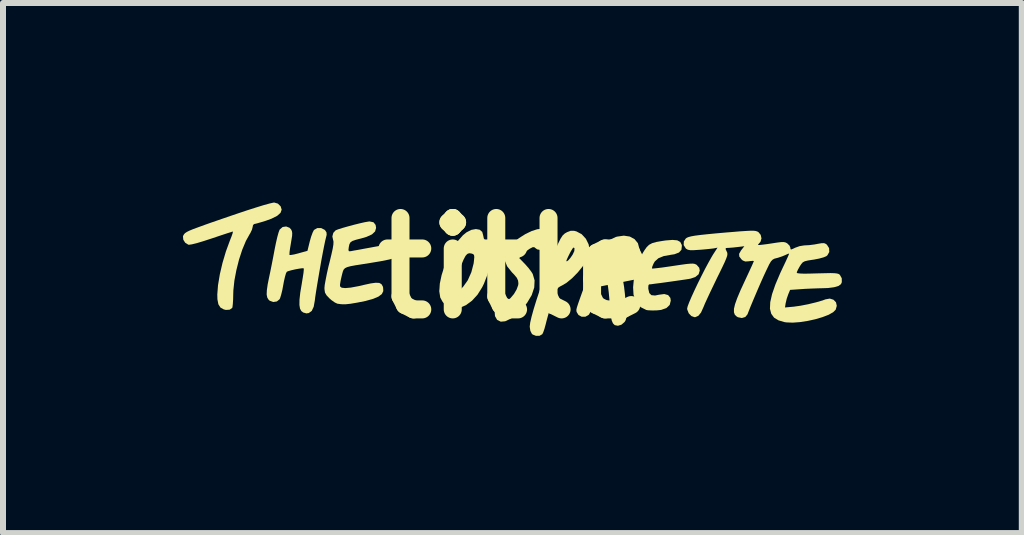
<source format=kicad_pcb>
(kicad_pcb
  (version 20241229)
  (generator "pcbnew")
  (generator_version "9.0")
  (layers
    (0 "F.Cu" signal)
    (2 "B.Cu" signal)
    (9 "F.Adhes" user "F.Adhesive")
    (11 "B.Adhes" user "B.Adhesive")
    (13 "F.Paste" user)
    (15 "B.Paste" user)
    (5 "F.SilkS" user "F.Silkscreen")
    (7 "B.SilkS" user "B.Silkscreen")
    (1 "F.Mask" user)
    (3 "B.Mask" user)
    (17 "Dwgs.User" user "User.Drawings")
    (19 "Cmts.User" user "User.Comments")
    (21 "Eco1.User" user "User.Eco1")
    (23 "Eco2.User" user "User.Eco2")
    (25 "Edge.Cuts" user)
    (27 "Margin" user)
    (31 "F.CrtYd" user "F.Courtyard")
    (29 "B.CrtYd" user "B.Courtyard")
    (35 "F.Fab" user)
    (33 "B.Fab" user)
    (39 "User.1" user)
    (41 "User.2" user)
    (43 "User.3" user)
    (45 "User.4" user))
  (footprint "title"
    (layer "F.Cu")
    (at 5.549 1.418)
    (property "Reference" "title" (at 0 0 0) (layer "F.SilkS") (effects (font (size 1.524 1.524) (thickness 0.3))))
    (attr board_only exclude_from_pos_files exclude_from_bom)
    (fp_poly (pts (xy -0.604 -0.639) (xy -0.561 -0.603) (xy -0.546 -0.548) (xy -0.534 -0.493) (xy -0.511 -0.459) (xy -0.459 -0.39) (xy -0.43 -0.292) (xy -0.423 -0.172) (xy -0.438 -0.035) (xy -0.474 0.111) (xy -0.532 0.26) (xy -0.562 0.321) (xy -0.64 0.445) (xy -0.732 0.545) (xy -0.831 0.618) (xy -0.933 0.662) (xy -1.032 0.673) (xy -1.123 0.651) (xy -1.173 0.619) (xy -1.222 0.562) (xy -1.259 0.495) (xy -1.261 0.489) (xy -1.277 0.386) (xy -1.273 0.339) (xy -1.007 0.339) (xy -1.001 0.385) (xy -0.986 0.399) (xy -0.958 0.384) (xy -0.914 0.347) (xy -0.879 0.312) (xy -0.802 0.204) (xy -0.742 0.069) (xy -0.704 -0.077) (xy -0.699 -0.12) (xy -0.693 -0.184) (xy -0.698 -0.218) (xy -0.716 -0.234) (xy -0.743 -0.243) (xy -0.779 -0.247) (xy -0.81 -0.235) (xy -0.839 -0.203) (xy -0.871 -0.143) (xy -0.91 -0.051) (xy -0.927 -0.01) (xy -0.96 0.086) (xy -0.986 0.181) (xy -1.002 0.269) (xy -1.007 0.339) (xy -1.273 0.339) (xy -1.268 0.26) (xy -1.238 0.118) (xy -1.19 -0.032) (xy -1.127 -0.181) (xy -1.053 -0.322) (xy -0.97 -0.447) (xy -0.882 -0.547) (xy -0.823 -0.595) (xy -0.743 -0.636) (xy -0.667 -0.65)) (stroke (width 0) (type solid)) (fill yes) (layer "F.SilkS"))
    (fp_poly (pts (xy 0.481 -0.635) (xy 0.537 -0.591) (xy 0.563 -0.526) (xy 0.554 -0.447) (xy 0.525 -0.384) (xy 0.474 -0.325) (xy 0.414 -0.3) (xy 0.356 -0.311) (xy 0.336 -0.325) (xy 0.307 -0.347) (xy 0.281 -0.348) (xy 0.24 -0.327) (xy 0.226 -0.319) (xy 0.164 -0.274) (xy 0.108 -0.224) (xy 0.106 -0.221) (xy 0.055 -0.167) (xy 0.151 -0.068) (xy 0.208 -0.004) (xy 0.256 0.059) (xy 0.281 0.099) (xy 0.312 0.206) (xy 0.306 0.324) (xy 0.264 0.451) (xy 0.187 0.58) (xy 0.12 0.662) (xy 0.012 0.77) (xy -0.088 0.845) (xy -0.177 0.887) (xy -0.252 0.894) (xy -0.311 0.865) (xy -0.313 0.863) (xy -0.348 0.802) (xy -0.354 0.731) (xy -0.335 0.662) (xy -0.294 0.604) (xy -0.236 0.571) (xy -0.204 0.567) (xy -0.15 0.549) (xy -0.09 0.501) (xy -0.033 0.434) (xy 0.012 0.358) (xy 0.039 0.284) (xy 0.042 0.253) (xy 0.036 0.207) (xy 0.015 0.162) (xy -0.029 0.109) (xy -0.065 0.072) (xy -0.145 -0.028) (xy -0.185 -0.124) (xy -0.184 -0.22) (xy -0.168 -0.273) (xy -0.121 -0.346) (xy -0.045 -0.423) (xy 0.052 -0.499) (xy 0.158 -0.566) (xy 0.263 -0.617) (xy 0.357 -0.647) (xy 0.398 -0.651)) (stroke (width 0) (type solid)) (fill yes) (layer "F.SilkS"))
    (fp_poly (pts (xy 1.009 -0.611) (xy 1.097 -0.564) (xy 1.167 -0.488) (xy 1.213 -0.394) (xy 1.23 -0.292) (xy 1.221 -0.222) (xy 1.182 -0.133) (xy 1.117 -0.032) (xy 1.034 0.071) (xy 0.941 0.166) (xy 0.847 0.244) (xy 0.774 0.288) (xy 0.735 0.308) (xy 0.706 0.328) (xy 0.683 0.358) (xy 0.661 0.404) (xy 0.635 0.475) (xy 0.604 0.57) (xy 0.569 0.679) (xy 0.536 0.789) (xy 0.51 0.885) (xy 0.496 0.941) (xy 0.476 1.014) (xy 0.455 1.074) (xy 0.44 1.103) (xy 0.395 1.129) (xy 0.335 1.13) (xy 0.28 1.108) (xy 0.266 1.095) (xy 0.241 1.046) (xy 0.231 0.978) (xy 0.231 0.974) (xy 0.239 0.908) (xy 0.262 0.809) (xy 0.297 0.683) (xy 0.342 0.537) (xy 0.395 0.377) (xy 0.455 0.208) (xy 0.518 0.038) (xy 0.58 -0.118) (xy 0.841 -0.118) (xy 0.85 -0.111) (xy 0.876 -0.131) (xy 0.911 -0.172) (xy 0.946 -0.223) (xy 0.974 -0.283) (xy 0.977 -0.329) (xy 0.976 -0.331) (xy 0.964 -0.343) (xy 0.945 -0.326) (xy 0.914 -0.275) (xy 0.902 -0.252) (xy 0.87 -0.188) (xy 0.848 -0.139) (xy 0.841 -0.118) (xy 0.58 -0.118) (xy 0.584 -0.129) (xy 0.65 -0.286) (xy 0.701 -0.401) (xy 0.743 -0.486) (xy 0.778 -0.541) (xy 0.815 -0.576) (xy 0.853 -0.598) (xy 0.914 -0.621) (xy 0.968 -0.621)) (stroke (width 0) (type solid)) (fill yes) (layer "F.SilkS"))
    (fp_poly (pts (xy -3.967 -1.074) (xy -3.921 -1.029) (xy -3.904 -0.973) (xy -3.923 -0.92) (xy -3.979 -0.87) (xy -4.075 -0.822) (xy -4.166 -0.789) (xy -4.247 -0.764) (xy -4.313 -0.745) (xy -4.354 -0.735) (xy -4.36 -0.735) (xy -4.381 -0.717) (xy -4.387 -0.687) (xy -4.399 -0.64) (xy -4.427 -0.581) (xy -4.437 -0.566) (xy -4.5 -0.452) (xy -4.561 -0.306) (xy -4.615 -0.14) (xy -4.659 0.035) (xy -4.692 0.209) (xy -4.709 0.37) (xy -4.711 0.43) (xy -4.713 0.522) (xy -4.718 0.598) (xy -4.724 0.649) (xy -4.728 0.664) (xy -4.77 0.694) (xy -4.834 0.698) (xy -4.87 0.689) (xy -4.925 0.658) (xy -4.959 0.604) (xy -4.975 0.521) (xy -4.977 0.441) (xy -4.965 0.286) (xy -4.935 0.106) (xy -4.89 -0.086) (xy -4.833 -0.278) (xy -4.767 -0.458) (xy -4.739 -0.529) (xy -4.721 -0.582) (xy -4.717 -0.608) (xy -4.718 -0.609) (xy -4.741 -0.602) (xy -4.798 -0.584) (xy -4.88 -0.557) (xy -4.982 -0.523) (xy -5.074 -0.492) (xy -5.209 -0.448) (xy -5.319 -0.415) (xy -5.401 -0.395) (xy -5.45 -0.388) (xy -5.459 -0.389) (xy -5.512 -0.422) (xy -5.544 -0.473) (xy -5.549 -0.527) (xy -5.543 -0.544) (xy -5.53 -0.565) (xy -5.513 -0.583) (xy -5.486 -0.601) (xy -5.444 -0.622) (xy -5.382 -0.648) (xy -5.295 -0.68) (xy -5.177 -0.723) (xy -5.075 -0.759) (xy -4.858 -0.834) (xy -4.659 -0.902) (xy -4.48 -0.962) (xy -4.326 -1.011) (xy -4.2 -1.05) (xy -4.105 -1.076) (xy -4.044 -1.09) (xy -4.028 -1.092)) (stroke (width 0) (type solid)) (fill yes) (layer "F.SilkS"))
    (fp_poly (pts (xy 2.69 -0.462) (xy 2.74 -0.435) (xy 2.764 -0.388) (xy 2.767 -0.371) (xy 2.76 -0.305) (xy 2.719 -0.259) (xy 2.643 -0.23) (xy 2.585 -0.221) (xy 2.463 -0.199) (xy 2.375 -0.163) (xy 2.316 -0.11) (xy 2.295 -0.074) (xy 2.274 -0.025) (xy 2.268 0.005) (xy 2.269 0.008) (xy 2.291 0.008) (xy 2.348 0.002) (xy 2.433 -0.008) (xy 2.538 -0.023) (xy 2.62 -0.035) (xy 2.748 -0.054) (xy 2.841 -0.067) (xy 2.907 -0.073) (xy 2.951 -0.074) (xy 2.981 -0.069) (xy 3.004 -0.059) (xy 3.014 -0.053) (xy 3.056 -0.005) (xy 3.065 0.042) (xy 3.046 0.104) (xy 2.99 0.15) (xy 2.913 0.176) (xy 2.877 0.183) (xy 2.81 0.193) (xy 2.72 0.206) (xy 2.616 0.221) (xy 2.509 0.236) (xy 2.407 0.25) (xy 2.318 0.261) (xy 2.253 0.27) (xy 2.219 0.273) (xy 2.219 0.273) (xy 2.209 0.291) (xy 2.207 0.337) (xy 2.208 0.349) (xy 2.224 0.417) (xy 2.259 0.452) (xy 2.32 0.458) (xy 2.384 0.445) (xy 2.474 0.433) (xy 2.538 0.451) (xy 2.575 0.497) (xy 2.582 0.543) (xy 2.564 0.615) (xy 2.509 0.667) (xy 2.421 0.698) (xy 2.345 0.706) (xy 2.269 0.707) (xy 2.205 0.704) (xy 2.174 0.699) (xy 2.08 0.652) (xy 2.007 0.568) (xy 1.991 0.539) (xy 1.961 0.443) (xy 1.954 0.321) (xy 1.967 0.182) (xy 1.999 0.036) (xy 2.048 -0.11) (xy 2.112 -0.246) (xy 2.141 -0.293) (xy 2.18 -0.348) (xy 2.22 -0.387) (xy 2.272 -0.415) (xy 2.343 -0.435) (xy 2.443 -0.452) (xy 2.497 -0.46) (xy 2.611 -0.469)) (stroke (width 0) (type solid)) (fill yes) (layer "F.SilkS"))
    (fp_poly (pts (xy 1.899 -0.525) (xy 1.979 -0.481) (xy 2.034 -0.414) (xy 2.057 -0.327) (xy 2.057 -0.313) (xy 2.054 -0.264) (xy 2.04 -0.224) (xy 2.009 -0.181) (xy 1.953 -0.125) (xy 1.945 -0.118) (xy 1.883 -0.06) (xy 1.827 -0.01) (xy 1.788 0.02) (xy 1.788 0.021) (xy 1.762 0.042) (xy 1.752 0.065) (xy 1.758 0.103) (xy 1.775 0.157) (xy 1.788 0.218) (xy 1.803 0.309) (xy 1.816 0.419) (xy 1.827 0.536) (xy 1.829 0.554) (xy 1.837 0.671) (xy 1.842 0.754) (xy 1.842 0.81) (xy 1.837 0.848) (xy 1.827 0.875) (xy 1.811 0.9) (xy 1.81 0.901) (xy 1.76 0.944) (xy 1.701 0.962) (xy 1.649 0.952) (xy 1.646 0.95) (xy 1.618 0.922) (xy 1.598 0.875) (xy 1.583 0.804) (xy 1.572 0.702) (xy 1.566 0.619) (xy 1.558 0.511) (xy 1.548 0.406) (xy 1.537 0.319) (xy 1.53 0.279) (xy 1.511 0.204) (xy 1.491 0.161) (xy 1.472 0.153) (xy 1.46 0.172) (xy 1.409 0.316) (xy 1.359 0.45) (xy 1.313 0.57) (xy 1.271 0.668) (xy 1.239 0.74) (xy 1.216 0.778) (xy 1.214 0.78) (xy 1.158 0.812) (xy 1.097 0.812) (xy 1.044 0.783) (xy 1.012 0.731) (xy 1.008 0.698) (xy 1.015 0.664) (xy 1.036 0.598) (xy 1.068 0.507) (xy 1.107 0.398) (xy 1.152 0.278) (xy 1.2 0.154) (xy 1.248 0.033) (xy 1.293 -0.079) (xy 1.333 -0.174) (xy 1.354 -0.219) (xy 1.644 -0.219) (xy 1.648 -0.211) (xy 1.68 -0.223) (xy 1.71 -0.242) (xy 1.733 -0.265) (xy 1.729 -0.273) (xy 1.698 -0.261) (xy 1.668 -0.242) (xy 1.644 -0.219) (xy 1.354 -0.219) (xy 1.365 -0.245) (xy 1.367 -0.248) (xy 1.445 -0.372) (xy 1.543 -0.46) (xy 1.666 -0.518) (xy 1.688 -0.524) (xy 1.8 -0.54)) (stroke (width 0) (type solid)) (fill yes) (layer "F.SilkS"))
    (fp_poly (pts (xy -3.772 -0.671) (xy -3.748 -0.645) (xy -3.734 -0.617) (xy -3.728 -0.584) (xy -3.73 -0.536) (xy -3.742 -0.462) (xy -3.75 -0.413) (xy -3.764 -0.33) (xy -3.773 -0.264) (xy -3.774 -0.225) (xy -3.773 -0.218) (xy -3.748 -0.218) (xy -3.695 -0.227) (xy -3.624 -0.245) (xy -3.618 -0.247) (xy -3.474 -0.287) (xy -3.436 -0.442) (xy -3.413 -0.523) (xy -3.388 -0.591) (xy -3.367 -0.632) (xy -3.365 -0.635) (xy -3.311 -0.666) (xy -3.247 -0.667) (xy -3.189 -0.638) (xy -3.18 -0.63) (xy -3.157 -0.595) (xy -3.154 -0.555) (xy -3.165 -0.509) (xy -3.178 -0.456) (xy -3.196 -0.37) (xy -3.218 -0.258) (xy -3.242 -0.13) (xy -3.266 0.008) (xy -3.29 0.147) (xy -3.312 0.278) (xy -3.331 0.395) (xy -3.345 0.488) (xy -3.351 0.539) (xy -3.37 0.645) (xy -3.403 0.715) (xy -3.452 0.75) (xy -3.492 0.756) (xy -3.545 0.741) (xy -3.576 0.717) (xy -3.598 0.677) (xy -3.608 0.616) (xy -3.607 0.529) (xy -3.594 0.41) (xy -3.568 0.256) (xy -3.568 0.253) (xy -3.552 0.158) (xy -3.54 0.079) (xy -3.535 0.025) (xy -3.536 0.005) (xy -3.56 0.003) (xy -3.612 0.01) (xy -3.678 0.022) (xy -3.743 0.037) (xy -3.796 0.052) (xy -3.818 0.062) (xy -3.832 0.088) (xy -3.849 0.146) (xy -3.867 0.225) (xy -3.876 0.275) (xy -3.893 0.366) (xy -3.913 0.447) (xy -3.931 0.504) (xy -3.939 0.52) (xy -3.984 0.557) (xy -4.044 0.566) (xy -4.103 0.545) (xy -4.122 0.528) (xy -4.144 0.492) (xy -4.154 0.442) (xy -4.151 0.37) (xy -4.137 0.271) (xy -4.115 0.162) (xy -4.094 0.063) (xy -4.069 -0.061) (xy -4.043 -0.194) (xy -4.021 -0.312) (xy -3.999 -0.42) (xy -3.977 -0.516) (xy -3.956 -0.592) (xy -3.939 -0.638) (xy -3.936 -0.642) (xy -3.888 -0.684) (xy -3.829 -0.693)) (stroke (width 0) (type solid)) (fill yes) (layer "F.SilkS"))
    (fp_poly (pts (xy -2.373 -0.763) (xy -2.338 -0.719) (xy -2.33 -0.669) (xy -2.347 -0.61) (xy -2.399 -0.561) (xy -2.489 -0.52) (xy -2.577 -0.494) (xy -2.667 -0.471) (xy -2.725 -0.451) (xy -2.758 -0.428) (xy -2.775 -0.396) (xy -2.785 -0.35) (xy -2.785 -0.35) (xy -2.791 -0.3) (xy -2.782 -0.28) (xy -2.751 -0.281) (xy -2.737 -0.284) (xy -2.695 -0.292) (xy -2.62 -0.305) (xy -2.524 -0.323) (xy -2.414 -0.343) (xy -2.383 -0.349) (xy -2.237 -0.375) (xy -2.127 -0.395) (xy -2.046 -0.407) (xy -1.989 -0.414) (xy -1.95 -0.416) (xy -1.923 -0.413) (xy -1.902 -0.406) (xy -1.892 -0.4) (xy -1.857 -0.361) (xy -1.848 -0.304) (xy -1.865 -0.248) (xy -1.884 -0.226) (xy -1.93 -0.197) (xy -2.006 -0.169) (xy -2.113 -0.142) (xy -2.257 -0.113) (xy -2.426 -0.085) (xy -2.571 -0.062) (xy -2.68 -0.045) (xy -2.759 -0.03) (xy -2.813 -0.015) (xy -2.848 0.002) (xy -2.87 0.025) (xy -2.883 0.054) (xy -2.894 0.094) (xy -2.904 0.134) (xy -2.921 0.209) (xy -2.931 0.271) (xy -2.931 0.306) (xy -2.93 0.306) (xy -2.904 0.328) (xy -2.845 0.334) (xy -2.753 0.326) (xy -2.624 0.302) (xy -2.538 0.282) (xy -2.419 0.256) (xy -2.335 0.245) (xy -2.277 0.248) (xy -2.241 0.268) (xy -2.219 0.305) (xy -2.213 0.326) (xy -2.21 0.384) (xy -2.234 0.433) (xy -2.289 0.475) (xy -2.378 0.513) (xy -2.503 0.548) (xy -2.642 0.576) (xy -2.755 0.595) (xy -2.84 0.604) (xy -2.911 0.603) (xy -2.976 0.594) (xy -3.018 0.574) (xy -3.074 0.535) (xy -3.108 0.505) (xy -3.157 0.453) (xy -3.182 0.409) (xy -3.19 0.356) (xy -3.191 0.333) (xy -3.186 0.28) (xy -3.171 0.197) (xy -3.15 0.091) (xy -3.124 -0.026) (xy -3.107 -0.092) (xy -3.075 -0.225) (xy -3.053 -0.324) (xy -3.042 -0.392) (xy -3.04 -0.438) (xy -3.045 -0.465) (xy -3.046 -0.466) (xy -3.059 -0.527) (xy -3.043 -0.587) (xy -3.004 -0.629) (xy -2.961 -0.646) (xy -2.888 -0.669) (xy -2.796 -0.695) (xy -2.696 -0.722) (xy -2.599 -0.746) (xy -2.515 -0.765) (xy -2.456 -0.775) (xy -2.439 -0.777)) (stroke (width 0) (type solid)) (fill yes) (layer "F.SilkS"))
    (fp_poly (pts (xy 3.961 -0.622) (xy 3.997 -0.618) (xy 4.022 -0.61) (xy 4.042 -0.6) (xy 4.081 -0.553) (xy 4.094 -0.494) (xy 4.078 -0.439) (xy 4.061 -0.419) (xy 4.039 -0.394) (xy 4.038 -0.384) (xy 4.061 -0.384) (xy 4.116 -0.39) (xy 4.194 -0.4) (xy 4.26 -0.41) (xy 4.358 -0.425) (xy 4.424 -0.433) (xy 4.467 -0.433) (xy 4.497 -0.426) (xy 4.524 -0.411) (xy 4.525 -0.41) (xy 4.562 -0.373) (xy 4.576 -0.338) (xy 4.578 -0.314) (xy 4.592 -0.31) (xy 4.628 -0.325) (xy 4.654 -0.338) (xy 4.729 -0.365) (xy 4.809 -0.378) (xy 4.819 -0.378) (xy 4.89 -0.382) (xy 4.977 -0.393) (xy 5.024 -0.402) (xy 5.094 -0.414) (xy 5.138 -0.415) (xy 5.168 -0.402) (xy 5.185 -0.388) (xy 5.221 -0.332) (xy 5.224 -0.268) (xy 5.193 -0.213) (xy 5.174 -0.197) (xy 5.128 -0.178) (xy 5.055 -0.158) (xy 4.969 -0.141) (xy 4.953 -0.139) (xy 4.869 -0.126) (xy 4.816 -0.113) (xy 4.782 -0.095) (xy 4.756 -0.065) (xy 4.734 -0.031) (xy 4.703 0.024) (xy 4.684 0.066) (xy 4.682 0.077) (xy 4.694 0.086) (xy 4.735 0.091) (xy 4.807 0.094) (xy 4.915 0.092) (xy 5.023 0.089) (xy 5.152 0.086) (xy 5.246 0.084) (xy 5.311 0.086) (xy 5.353 0.091) (xy 5.381 0.099) (xy 5.399 0.112) (xy 5.401 0.114) (xy 5.432 0.17) (xy 5.433 0.236) (xy 5.419 0.268) (xy 5.379 0.298) (xy 5.304 0.32) (xy 5.203 0.333) (xy 5.122 0.336) (xy 5.038 0.338) (xy 4.93 0.342) (xy 4.818 0.347) (xy 4.778 0.35) (xy 4.571 0.364) (xy 4.54 0.438) (xy 4.515 0.51) (xy 4.498 0.582) (xy 4.497 0.585) (xy 4.486 0.657) (xy 4.631 0.644) (xy 4.744 0.628) (xy 4.873 0.603) (xy 5.001 0.572) (xy 5.112 0.54) (xy 5.16 0.522) (xy 5.233 0.509) (xy 5.294 0.528) (xy 5.336 0.571) (xy 5.349 0.63) (xy 5.331 0.694) (xy 5.289 0.736) (xy 5.213 0.779) (xy 5.111 0.818) (xy 4.993 0.853) (xy 4.865 0.881) (xy 4.736 0.901) (xy 4.616 0.91) (xy 4.51 0.906) (xy 4.477 0.901) (xy 4.378 0.872) (xy 4.304 0.827) (xy 4.257 0.763) (xy 4.235 0.678) (xy 4.24 0.569) (xy 4.27 0.436) (xy 4.326 0.274) (xy 4.407 0.083) (xy 4.453 -0.015) (xy 4.494 -0.101) (xy 4.527 -0.173) (xy 4.548 -0.222) (xy 4.555 -0.24) (xy 4.539 -0.238) (xy 4.5 -0.221) (xy 4.497 -0.219) (xy 4.439 -0.195) (xy 4.367 -0.171) (xy 4.351 -0.167) (xy 4.309 -0.156) (xy 4.279 -0.139) (xy 4.252 -0.111) (xy 4.223 -0.062) (xy 4.186 0.015) (xy 4.17 0.048) (xy 4.126 0.143) (xy 4.073 0.262) (xy 4.016 0.394) (xy 3.96 0.526) (xy 3.909 0.648) (xy 3.87 0.747) (xy 3.861 0.771) (xy 3.824 0.816) (xy 3.767 0.833) (xy 3.702 0.82) (xy 3.681 0.808) (xy 3.65 0.779) (xy 3.635 0.738) (xy 3.635 0.68) (xy 3.653 0.603) (xy 3.689 0.502) (xy 3.744 0.371) (xy 3.807 0.235) (xy 3.858 0.125) (xy 3.903 0.028) (xy 3.938 -0.048) (xy 3.96 -0.099) (xy 3.967 -0.117) (xy 3.949 -0.12) (xy 3.903 -0.116) (xy 3.886 -0.113) (xy 3.824 -0.109) (xy 3.782 -0.126) (xy 3.76 -0.145) (xy 3.724 -0.192) (xy 3.721 -0.237) (xy 3.752 -0.292) (xy 3.762 -0.305) (xy 3.808 -0.364) (xy 3.694 -0.35) (xy 3.62 -0.342) (xy 3.556 -0.337) (xy 3.531 -0.336) (xy 3.5 -0.333) (xy 3.496 -0.316) (xy 3.513 -0.278) (xy 3.523 -0.257) (xy 3.526 -0.234) (xy 3.522 -0.204) (xy 3.507 -0.161) (xy 3.481 -0.099) (xy 3.441 -0.014) (xy 3.385 0.101) (xy 3.357 0.157) (xy 3.297 0.282) (xy 3.24 0.401) (xy 3.19 0.508) (xy 3.151 0.593) (xy 3.128 0.649) (xy 3.127 0.651) (xy 3.086 0.742) (xy 3.042 0.796) (xy 2.992 0.818) (xy 2.977 0.819) (xy 2.925 0.8) (xy 2.881 0.754) (xy 2.857 0.693) (xy 2.855 0.674) (xy 2.864 0.636) (xy 2.89 0.568) (xy 2.929 0.477) (xy 2.978 0.37) (xy 3.034 0.252) (xy 3.094 0.131) (xy 3.153 0.015) (xy 3.21 -0.091) (xy 3.26 -0.18) (xy 3.286 -0.224) (xy 3.361 -0.34) (xy 3.302 -0.328) (xy 3.254 -0.322) (xy 3.178 -0.314) (xy 3.089 -0.306) (xy 3.058 -0.304) (xy 2.966 -0.298) (xy 2.905 -0.298) (xy 2.867 -0.305) (xy 2.839 -0.321) (xy 2.832 -0.327) (xy 2.797 -0.383) (xy 2.8 -0.444) (xy 2.832 -0.492) (xy 2.852 -0.506) (xy 2.882 -0.518) (xy 2.925 -0.529) (xy 2.987 -0.54) (xy 3.072 -0.551) (xy 3.184 -0.563) (xy 3.328 -0.577) (xy 3.507 -0.593) (xy 3.585 -0.599) (xy 3.726 -0.611) (xy 3.832 -0.618) (xy 3.908 -0.622)) (stroke (width 0) (type solid)) (fill yes) (layer "F.SilkS")))
  (gr_rect
    (start -3 -3)
    (end 13.982 5.836)
    (stroke (width 0.1) (type default))
    (fill no)
    (layer "Edge.Cuts")))
</source>
